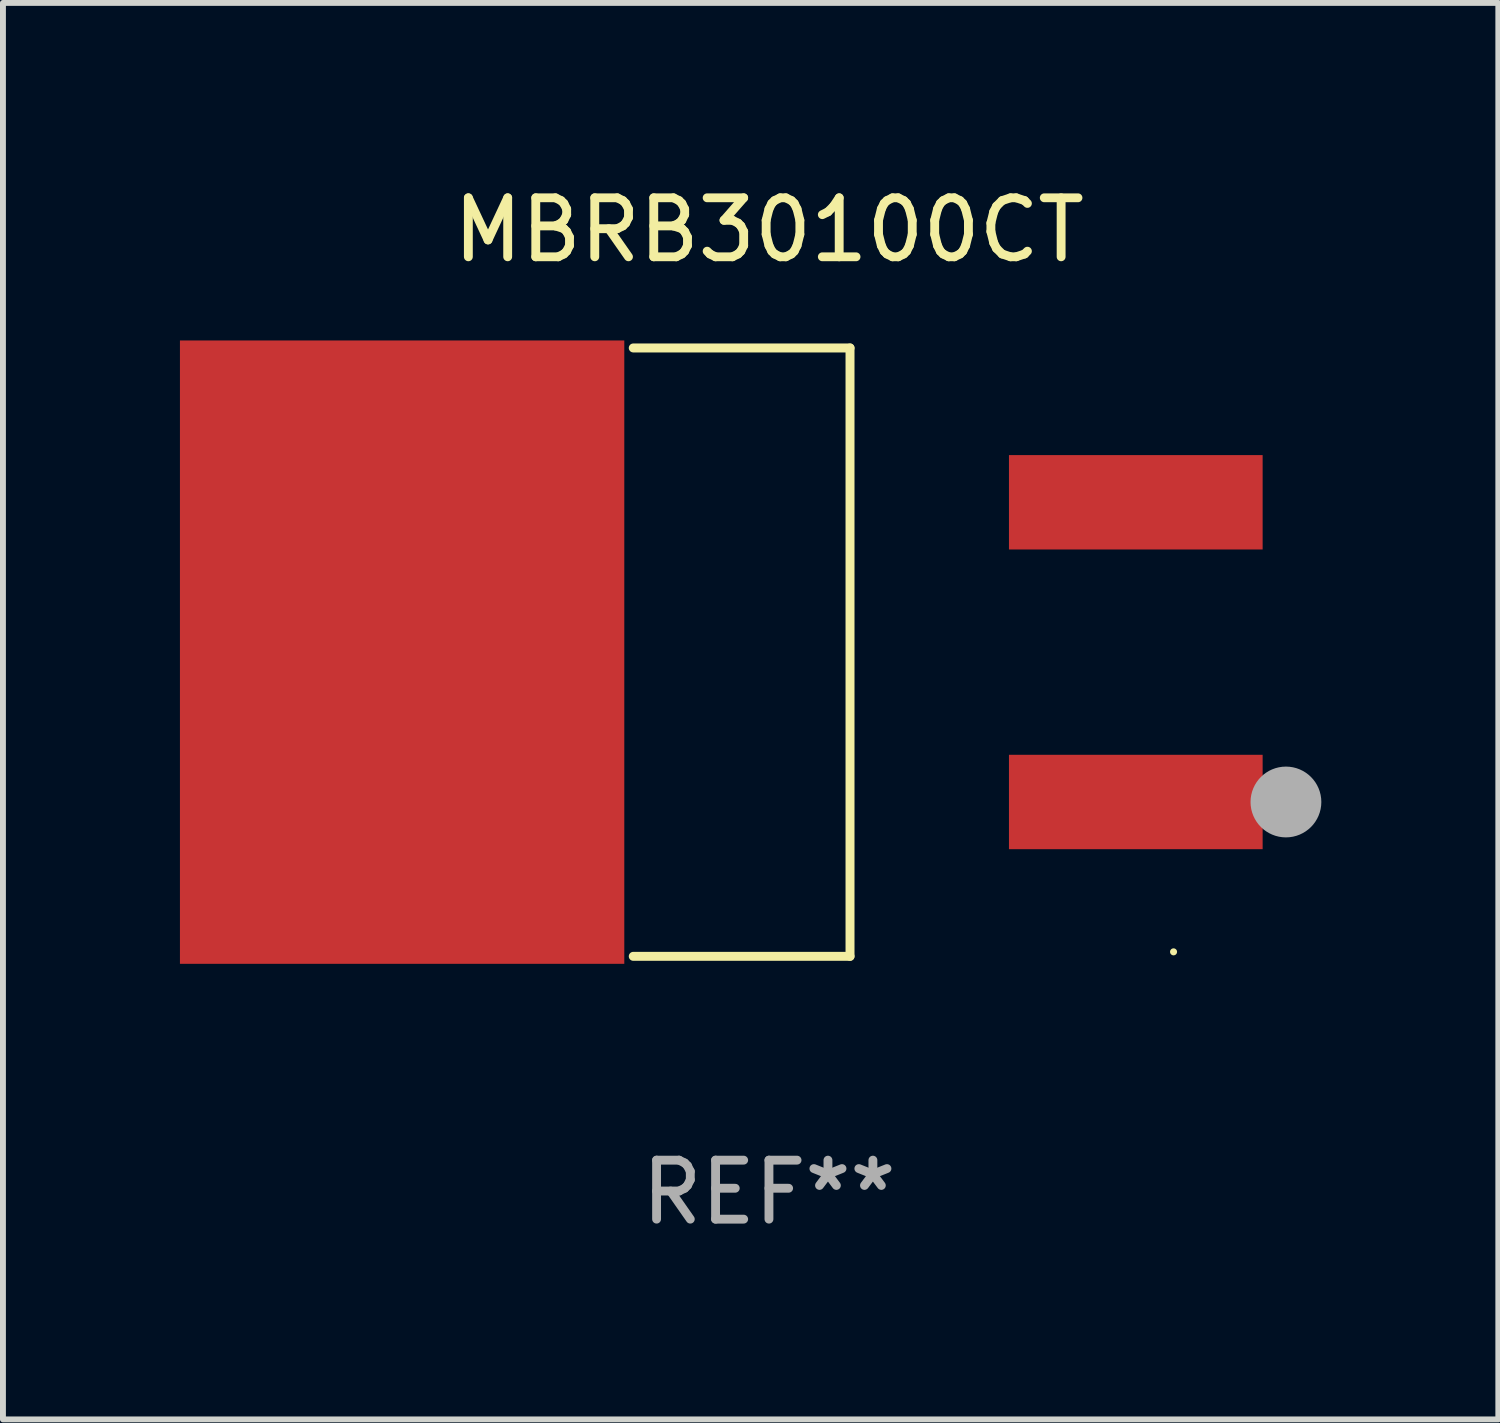
<source format=kicad_pcb>
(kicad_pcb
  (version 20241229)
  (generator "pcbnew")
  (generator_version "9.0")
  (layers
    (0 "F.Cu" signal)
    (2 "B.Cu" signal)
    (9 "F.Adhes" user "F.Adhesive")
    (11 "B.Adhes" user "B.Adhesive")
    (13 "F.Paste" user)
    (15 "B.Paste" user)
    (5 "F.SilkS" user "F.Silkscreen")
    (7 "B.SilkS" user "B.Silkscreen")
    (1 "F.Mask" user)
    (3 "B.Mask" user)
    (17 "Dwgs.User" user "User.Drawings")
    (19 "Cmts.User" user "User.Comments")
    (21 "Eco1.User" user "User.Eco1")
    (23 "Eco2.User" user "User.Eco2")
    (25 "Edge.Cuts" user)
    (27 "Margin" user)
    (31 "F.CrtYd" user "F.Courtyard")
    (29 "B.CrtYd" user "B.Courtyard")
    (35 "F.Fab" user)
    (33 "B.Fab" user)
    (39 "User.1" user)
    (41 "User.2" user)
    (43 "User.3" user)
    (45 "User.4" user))
  (footprint "MBRB30100CT"
    (layer "F.Cu")
    (at 9.984 8.004)
    (property "Reference" "MBRB30100CT" (at 0 -7.156 0) (layer "F.SilkS") (effects (font (size 1 1) (thickness 0.15))))
    (attr through_hole)
    (fp_line (start -2.3 -5.156) (end 1.374 -5.156) (stroke (width 0.152) (type solid)) (layer "F.SilkS"))
    (fp_line (start -2.3 5.156) (end 1.374 5.156) (stroke (width 0.152) (type solid)) (layer "F.SilkS"))
    (fp_line (start 1.374 5.156) (end 1.374 -5.156) (stroke (width 0.152) (type solid)) (layer "F.SilkS"))
    (fp_circle (center 6.858 5.08) (end 6.888 5.08) (stroke (width 0.06) (type solid)) (fill no) (layer "F.SilkS"))
    (fp_circle (center 8.763 2.54) (end 9.063 2.54) (stroke (width 0.6) (type solid)) (fill no) (layer "F.Fab"))
    (fp_text user "REF**" (at 0 9.156 0) (layer "F.Fab") (effects (font (size 1 1) (thickness 0.15))))
    (pad "1" smd rect (at 6.218 2.54 180) (size 4.3 1.6) (layers "F.Cu" "F.Mask" "F.Paste"))
    (pad "2" smd rect (at -6.218 0 180) (size 7.532 10.566) (layers "F.Cu" "F.Mask" "F.Paste"))
    (pad "3" smd rect (at 6.218 -2.54 180) (size 4.3 1.6) (layers "F.Cu" "F.Mask" "F.Paste")))
  (gr_rect
    (start -3 -3)
    (end 22.347 21.009)
    (stroke (width 0.1) (type default))
    (fill no)
    (layer "Edge.Cuts")))
</source>
